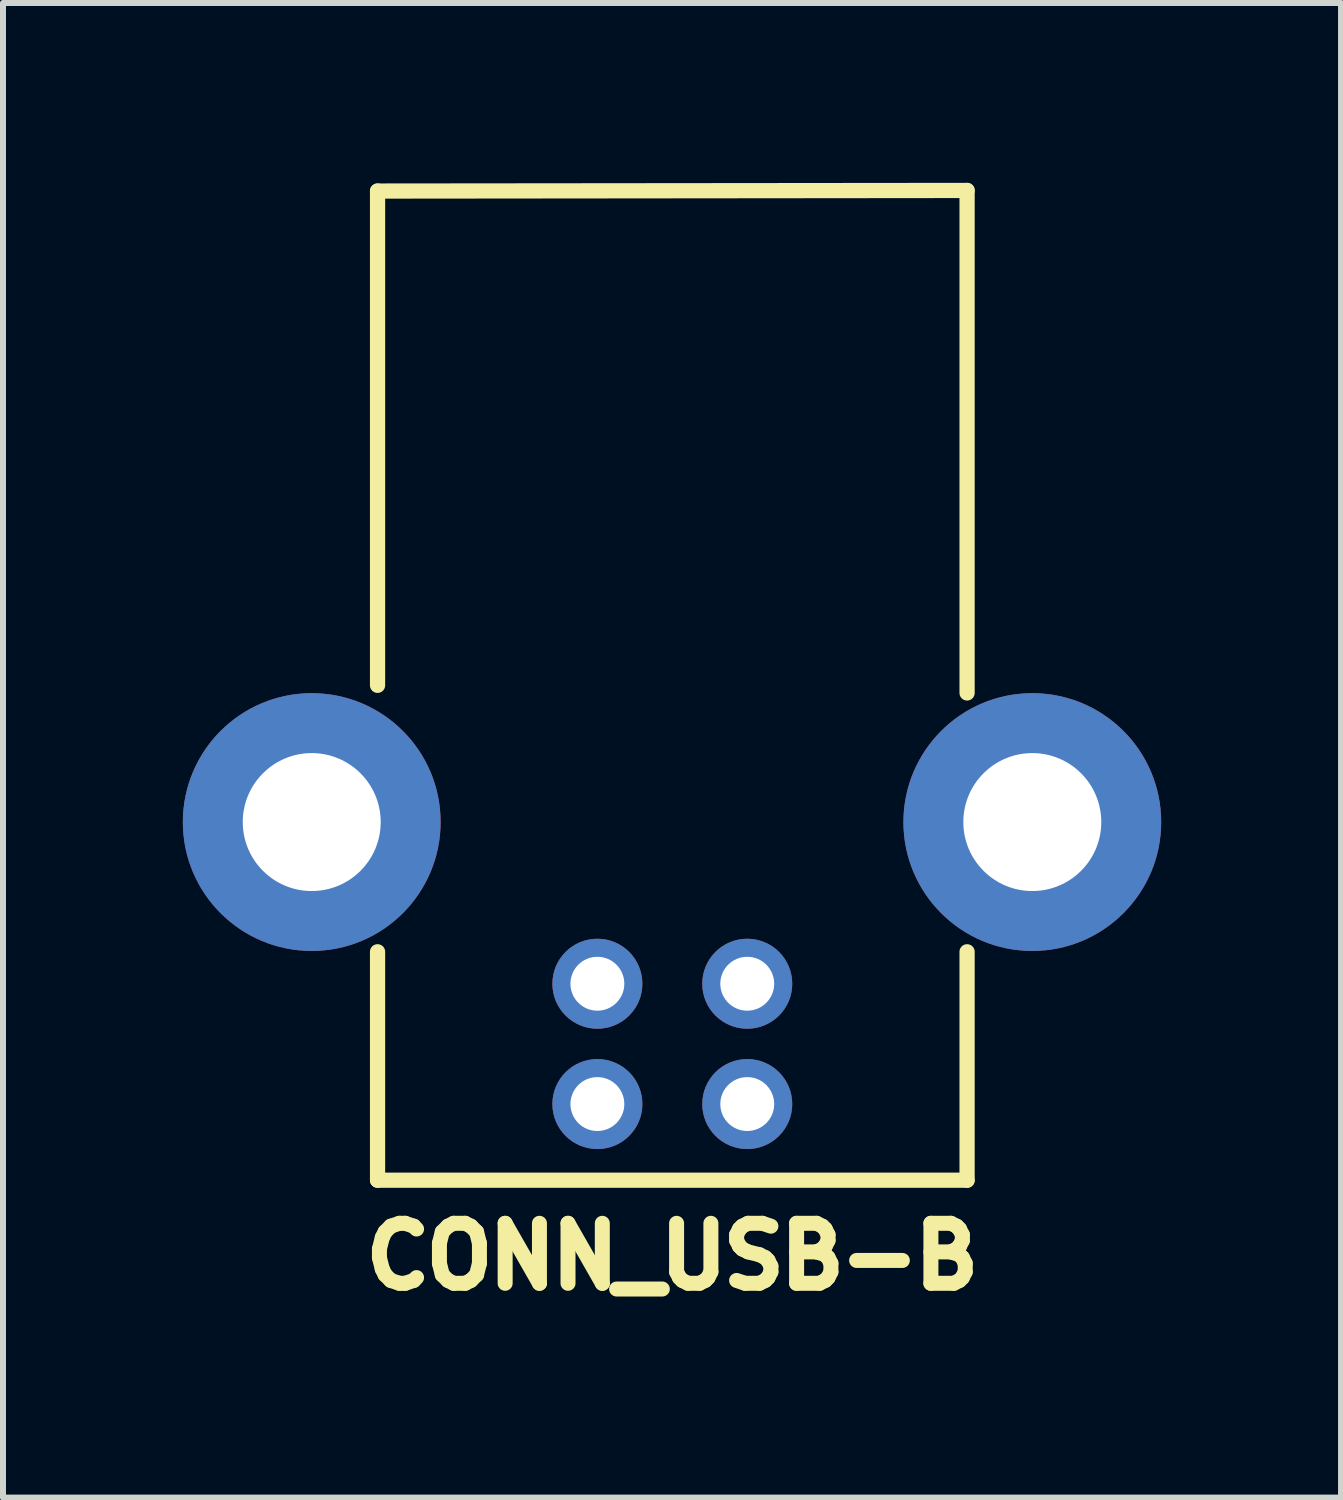
<source format=kicad_pcb>
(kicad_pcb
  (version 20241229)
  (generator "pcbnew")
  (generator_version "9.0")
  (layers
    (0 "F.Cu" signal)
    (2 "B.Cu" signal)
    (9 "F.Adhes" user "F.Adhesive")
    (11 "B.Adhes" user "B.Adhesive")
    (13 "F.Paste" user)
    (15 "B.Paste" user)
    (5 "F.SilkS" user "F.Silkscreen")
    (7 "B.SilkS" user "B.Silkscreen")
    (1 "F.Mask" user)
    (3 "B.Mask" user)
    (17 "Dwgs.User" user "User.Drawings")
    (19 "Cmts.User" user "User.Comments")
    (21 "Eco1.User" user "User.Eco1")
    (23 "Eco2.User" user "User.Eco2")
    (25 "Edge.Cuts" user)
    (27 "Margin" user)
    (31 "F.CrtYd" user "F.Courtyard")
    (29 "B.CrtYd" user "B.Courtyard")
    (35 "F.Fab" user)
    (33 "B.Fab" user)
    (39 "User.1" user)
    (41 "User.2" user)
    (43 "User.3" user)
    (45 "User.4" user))
  (footprint "CONN_USB-B"
    (layer "F.Cu")
    (at 8.165 7.747)
    (property "Reference" "CONN_USB-B" (at 0 10.16 0) (layer "F.SilkS") (effects (font (size 1.001 1.001) (thickness 0.25))))
    (attr through_hole)
    (fp_line (start -4.917 -7.61) (end -4.917 0.635) (stroke (width 0.254) (type solid)) (layer "F.SilkS"))
    (fp_line (start -4.917 -7.61) (end 4.917 -7.62) (stroke (width 0.254) (type solid)) (layer "F.SilkS"))
    (fp_line (start -4.917 8.89) (end -4.917 5.08) (stroke (width 0.254) (type solid)) (layer "F.SilkS"))
    (fp_line (start -4.917 8.89) (end 4.917 8.89) (stroke (width 0.254) (type solid)) (layer "F.SilkS"))
    (fp_line (start 4.917 0.762) (end 4.917 -7.62) (stroke (width 0.254) (type solid)) (layer "F.SilkS"))
    (fp_line (start 4.917 8.89) (end 4.917 5.08) (stroke (width 0.254) (type solid)) (layer "F.SilkS"))
    (pad "1" thru_hole circle (at -1.25 7.62) (size 1.501 1.501) (drill 0.899) (layers "*.Cu" "*.Mask"))
    (pad "2" thru_hole circle (at 1.25 7.62) (size 1.501 1.501) (drill 0.899) (layers "*.Cu" "*.Mask"))
    (pad "3" thru_hole circle (at 1.25 5.613) (size 1.501 1.501) (drill 0.899) (layers "*.Cu" "*.Mask"))
    (pad "4" thru_hole circle (at -1.25 5.613) (size 1.501 1.501) (drill 0.899) (layers "*.Cu" "*.Mask"))
    (pad "5" thru_hole circle (at 6.005 2.916) (size 4.3 4.3) (drill 2.301) (layers "*.Cu" "*.Mask"))
    (pad "6" thru_hole circle (at -6.015 2.916) (size 4.3 4.3) (drill 2.301) (layers "*.Cu" "*.Mask")))
  (gr_rect
    (start -3 -3)
    (end 19.32 21.932)
    (stroke (width 0.1) (type default))
    (fill no)
    (layer "Edge.Cuts")))
</source>
